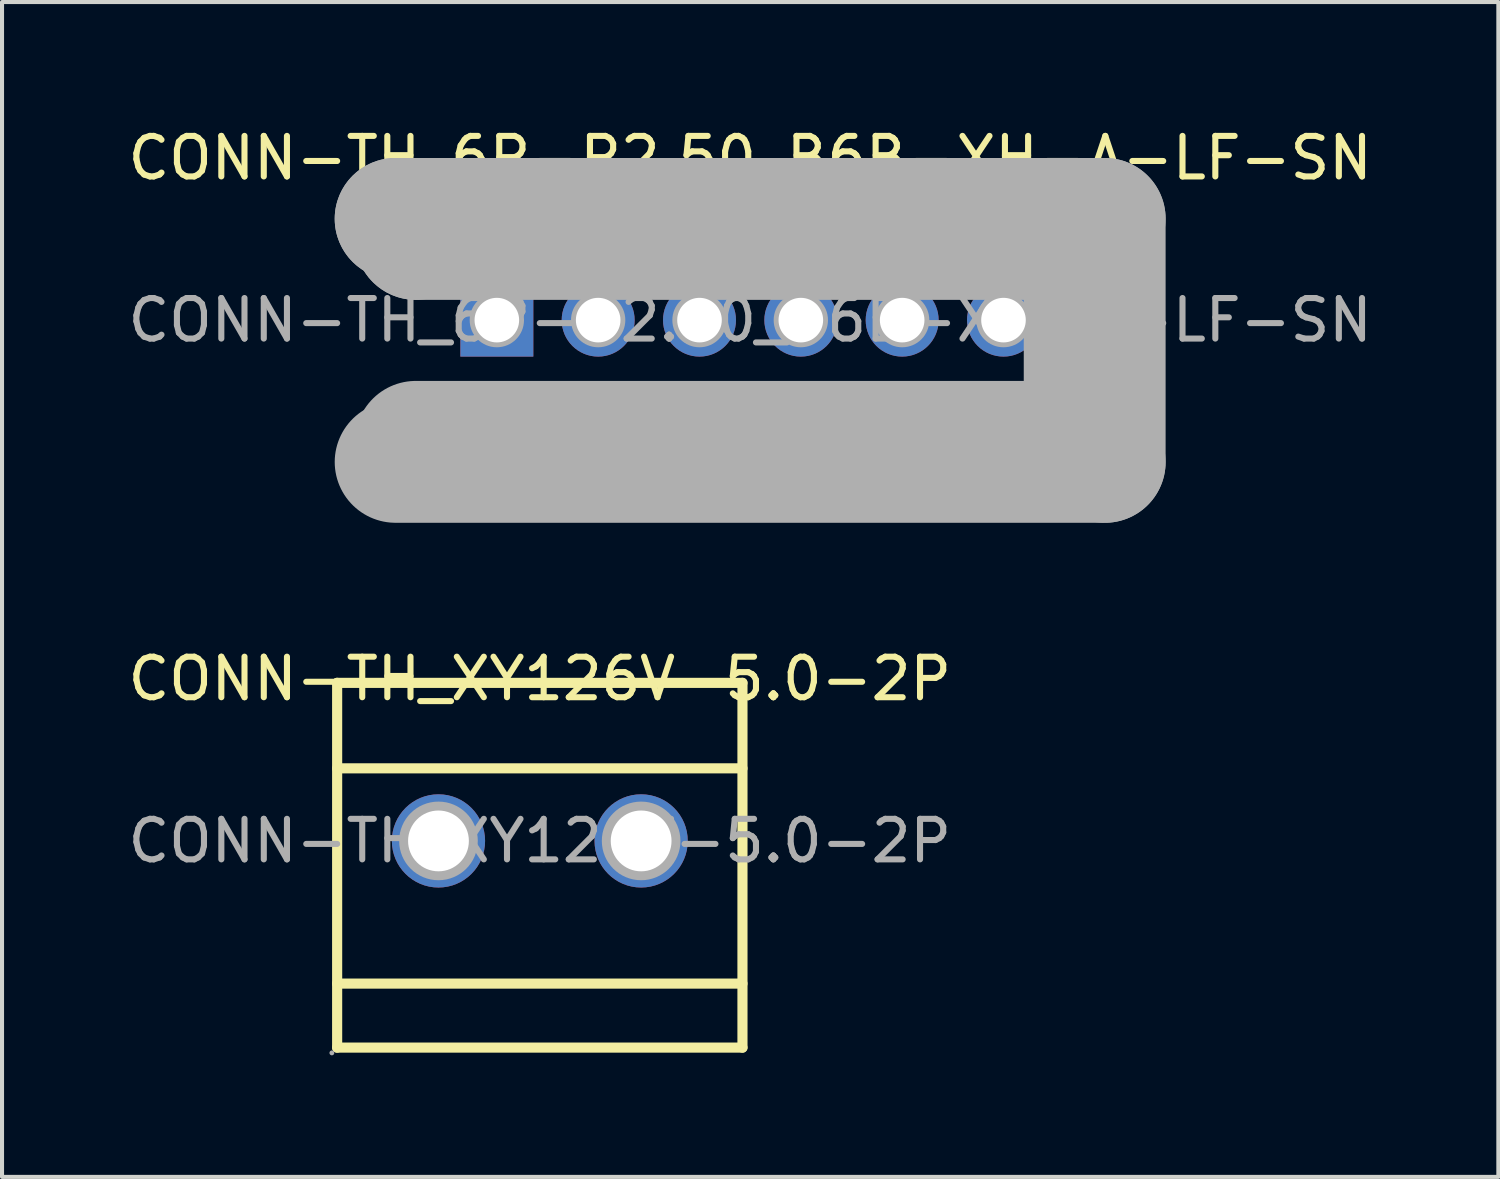
<source format=kicad_pcb>
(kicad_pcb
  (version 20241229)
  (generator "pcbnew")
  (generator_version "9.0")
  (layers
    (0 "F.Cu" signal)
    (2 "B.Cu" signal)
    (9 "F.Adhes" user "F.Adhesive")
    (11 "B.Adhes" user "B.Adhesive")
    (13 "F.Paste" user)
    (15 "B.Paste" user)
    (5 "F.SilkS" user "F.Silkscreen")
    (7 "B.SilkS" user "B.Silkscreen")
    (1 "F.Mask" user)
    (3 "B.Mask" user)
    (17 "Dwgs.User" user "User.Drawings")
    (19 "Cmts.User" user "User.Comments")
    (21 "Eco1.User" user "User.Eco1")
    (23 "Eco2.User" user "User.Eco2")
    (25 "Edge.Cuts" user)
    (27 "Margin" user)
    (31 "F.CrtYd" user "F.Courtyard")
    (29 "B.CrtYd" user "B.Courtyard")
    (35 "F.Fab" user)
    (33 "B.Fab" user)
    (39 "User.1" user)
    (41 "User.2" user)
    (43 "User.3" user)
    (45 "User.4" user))
  (footprint "CONN-TH_XY126V-5.0-2P"
    (layer "F.Cu")
    (at 10.268 17.697)
    (property "Reference" "CONN-TH_XY126V-5.0-2P" (at 0 -4 0) (layer "F.SilkS") (effects (font (size 1 1) (thickness 0.15))))
    (attr through_hole)
    (fp_line (start -5 -3.9) (end -5 5.1) (stroke (width 0.25) (type solid)) (layer "F.SilkS"))
    (fp_line (start -5 -3.9) (end 5 -3.9) (stroke (width 0.25) (type solid)) (layer "F.SilkS"))
    (fp_line (start -5 -1.79) (end 5 -1.79) (stroke (width 0.25) (type solid)) (layer "F.SilkS"))
    (fp_line (start -5 3.52) (end 5 3.52) (stroke (width 0.25) (type solid)) (layer "F.SilkS"))
    (fp_line (start -5 5.1) (end 5 5.1) (stroke (width 0.25) (type solid)) (layer "F.SilkS"))
    (fp_line (start 5 -3.9) (end 5 5.1) (stroke (width 0.25) (type solid)) (layer "F.SilkS"))
    (fp_circle (center -5.13 5.23) (end -5.1 5.23) (stroke (width 0.06) (type solid)) (fill no) (layer "F.Fab"))
    (fp_circle (center -2.5 0) (end -2.18 0) (stroke (width 0.65) (type solid)) (fill no) (layer "F.Fab"))
    (fp_circle (center 2.5 0) (end 2.82 0) (stroke (width 0.65) (type solid)) (fill no) (layer "F.Fab"))
    (fp_text user "${REFERENCE}" (at 0 0 0) (layer "F.Fab") (effects (font (size 1 1) (thickness 0.15))))
    (pad "1" thru_hole circle (at -2.5 0) (size 2.3 2.3) (drill 1.5) (layers "*.Cu" "*.Mask"))
    (pad "2" thru_hole circle (at 2.5 0) (size 2.3 2.3) (drill 1.5) (layers "*.Cu" "*.Mask")))
  (footprint "CONN-TH_6P-P2.50_B6B-XH-A-LF-SN"
    (layer "F.Cu")
    (at 15.458 4.848)
    (property "Reference" "CONN-TH_6P-P2.50_B6B-XH-A-LF-SN" (at 0 -4 0) (layer "F.SilkS") (effects (font (size 1 1) (thickness 0.15))))
    (attr through_hole)
    (fp_line (start -7 -2) (end -7 -2.5) (stroke (width 0.25) (type solid)) (layer "F.SilkS"))
    (fp_line (start -5.5 -2.25) (end -7 -2.25) (stroke (width 0.25) (type solid)) (layer "F.SilkS"))
    (fp_line (start -5.5 -2) (end -5.5 -2.5) (stroke (width 0.25) (type solid)) (layer "F.SilkS"))
    (fp_line (start 5.5 -2.25) (end 7 -2.25) (stroke (width 0.25) (type solid)) (layer "F.SilkS"))
    (fp_line (start 5.5 -2) (end 5.5 -2.5) (stroke (width 0.25) (type solid)) (layer "F.SilkS"))
    (fp_line (start 7 -2) (end 7 -2.5) (stroke (width 0.25) (type solid)) (layer "F.SilkS"))
    (fp_line (start -8.75 -2.5) (end -8.75 -2.5) (stroke (width 3) (type solid)) (layer "F.Fab"))
    (fp_line (start -8.75 -2.5) (end 8.75 -2.5) (stroke (width 3) (type solid)) (layer "F.Fab"))
    (fp_line (start -8.25 -2) (end -8.25 -2) (stroke (width 3) (type solid)) (layer "F.Fab"))
    (fp_line (start -8.25 -2) (end 8.25 -2) (stroke (width 3) (type solid)) (layer "F.Fab"))
    (fp_line (start 8.25 -2) (end 8.25 3) (stroke (width 3) (type solid)) (layer "F.Fab"))
    (fp_line (start 8.25 3) (end -8.25 3) (stroke (width 3) (type solid)) (layer "F.Fab"))
    (fp_line (start 8.75 -2.5) (end 8.75 3.5) (stroke (width 3) (type solid)) (layer "F.Fab"))
    (fp_line (start 8.75 3.5) (end -8.75 3.5) (stroke (width 3) (type solid)) (layer "F.Fab"))
    (fp_circle (center -8.88 -2.63) (end -8.85 -2.63) (stroke (width 0.06) (type solid)) (fill no) (layer "F.Fab"))
    (fp_circle (center -6.25 0) (end -6.03 0) (stroke (width 0.45) (type solid)) (fill no) (layer "F.Fab"))
    (fp_circle (center -3.75 0) (end -3.53 0) (stroke (width 0.45) (type solid)) (fill no) (layer "F.Fab"))
    (fp_circle (center -1.25 0) (end -1.03 0) (stroke (width 0.45) (type solid)) (fill no) (layer "F.Fab"))
    (fp_circle (center 1.25 0) (end 1.47 0) (stroke (width 0.45) (type solid)) (fill no) (layer "F.Fab"))
    (fp_circle (center 3.75 0) (end 3.97 0) (stroke (width 0.45) (type solid)) (fill no) (layer "F.Fab"))
    (fp_circle (center 6.25 0) (end 6.47 0) (stroke (width 0.45) (type solid)) (fill no) (layer "F.Fab"))
    (fp_text user "${REFERENCE}" (at 0 0 0) (layer "F.Fab") (effects (font (size 1 1) (thickness 0.15))))
    (pad "1" thru_hole rect (at -6.25 0 180) (size 1.8 1.8) (drill 1.1) (layers "*.Cu" "*.Mask"))
    (pad "2" thru_hole circle (at -3.75 0 180) (size 1.8 1.8) (drill 1.1) (layers "*.Cu" "*.Mask"))
    (pad "3" thru_hole circle (at -1.25 0 180) (size 1.8 1.8) (drill 1.1) (layers "*.Cu" "*.Mask"))
    (pad "4" thru_hole circle (at 1.25 0 180) (size 1.8 1.8) (drill 1.1) (layers "*.Cu" "*.Mask"))
    (pad "5" thru_hole circle (at 3.75 0 180) (size 1.8 1.8) (drill 1.1) (layers "*.Cu" "*.Mask"))
    (pad "6" thru_hole circle (at 6.25 0 180) (size 1.8 1.8) (drill 1.1) (layers "*.Cu" "*.Mask")))
  (gr_rect
    (start -3 -3)
    (end 33.917 25.986)
    (stroke (width 0.1) (type default))
    (fill no)
    (layer "Edge.Cuts")))
</source>
